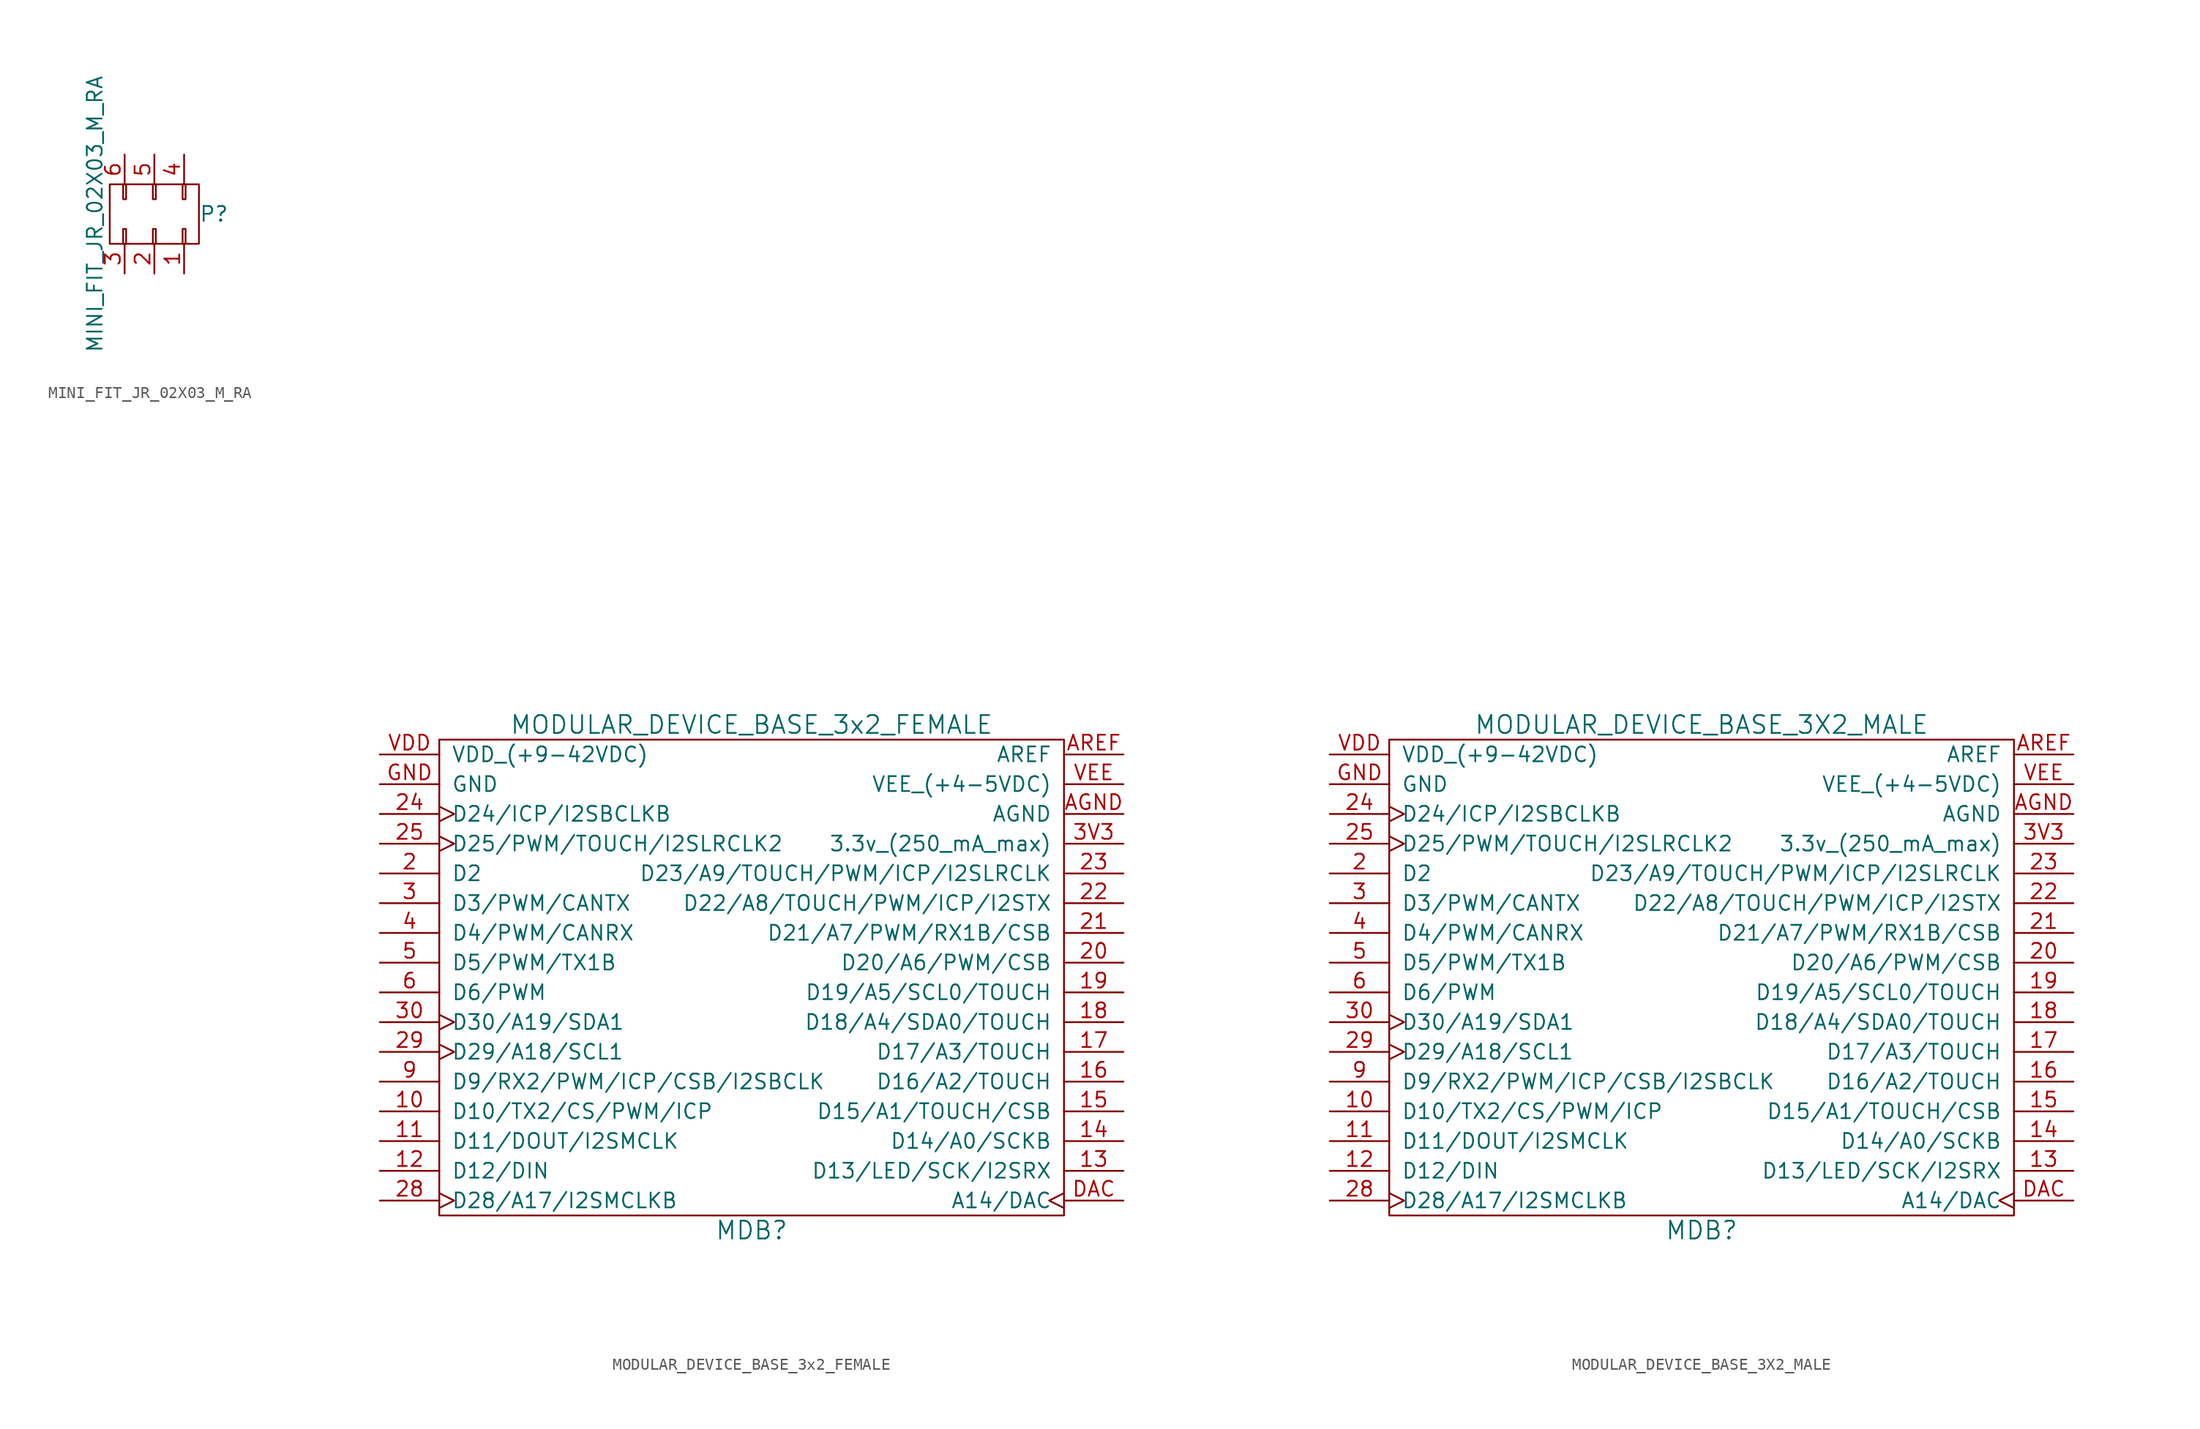
<source format=kicad_sym>
(kicad_symbol_lib
  (version 20211014)
  (generator kicad_symbol_editor)
  (symbol "MINI_FIT_JR_02X03_M_RA"
    (pin_names
      (offset 0.025) hide)
    (property "Reference" "P"
      (at 3.81 0 0)
      (effects (font (size 1.27 1.27)) (justify left)))
    (property "Value" "MINI_FIT_JR_02X03_M_RA"
      (at -5.08 0 90)
      (effects (font (size 1.27 1.27))))
    (symbol "MINI_FIT_JR_02X03_M_RA_0_1"
      (rectangle (start -3.81 -2.54) (end 3.81 2.54) (stroke (width 0) (type default) (color 0 0 0 0)) (fill (type none)))
      (rectangle (start -2.667 -2.54) (end -2.413 -1.27) (stroke (width 0) (type default) (color 0 0 0 0)) (fill (type none)))
      (rectangle (start -2.667 1.27) (end -2.413 2.54) (stroke (width 0) (type default) (color 0 0 0 0)) (fill (type none)))
      (rectangle (start -0.127 -2.54) (end 0.127 -1.27) (stroke (width 0) (type default) (color 0 0 0 0)) (fill (type none)))
      (rectangle (start -0.127 1.27) (end 0.127 2.54) (stroke (width 0) (type default) (color 0 0 0 0)) (fill (type none)))
      (rectangle (start 2.413 -2.54) (end 2.667 -1.27) (stroke (width 0) (type default) (color 0 0 0 0)) (fill (type none)))
      (rectangle (start 2.413 1.27) (end 2.667 2.54) (stroke (width 0) (type default) (color 0 0 0 0)) (fill (type none))))
    (symbol "MINI_FIT_JR_02X03_M_RA_1_1"
      (pin passive line (at 2.54 -5.08 90) (length 2.54) (name "1" (effects (font (size 1.27 1.27)))) (number "1" (effects (font (size 1.27 1.27)))))
      (pin passive line (at 0 -5.08 90) (length 2.54) (name "2" (effects (font (size 1.27 1.27)))) (number "2" (effects (font (size 1.27 1.27)))))
      (pin passive line (at -2.54 -5.08 90) (length 2.54) (name "3" (effects (font (size 1.27 1.27)))) (number "3" (effects (font (size 1.27 1.27)))))
      (pin passive line (at 2.54 5.08 270) (length 2.54) (name "4" (effects (font (size 1.27 1.27)))) (number "4" (effects (font (size 1.27 1.27)))))
      (pin passive line (at 0 5.08 270) (length 2.54) (name "5" (effects (font (size 1.27 1.27)))) (number "5" (effects (font (size 1.27 1.27)))))
      (pin passive line (at -2.54 5.08 270) (length 2.54) (name "6" (effects (font (size 1.27 1.27)))) (number "6" (effects (font (size 1.27 1.27)))))))
  (symbol "MODULAR_DEVICE_BASE_3x2_FEMALE"
    (pin_names
      (offset 1.016))
    (property "Reference" "MDB"
      (at 0 -21.59 0)
      (effects (font (size 1.524 1.524))))
    (property "Value" "MODULAR_DEVICE_BASE_3x2_FEMALE"
      (at 0 21.59 0)
      (effects (font (size 1.524 1.524))))
    (property "Datasheet" ""
      (at 1.27 69.85 0)
      (effects (font (size 1.524 1.524))))
    (symbol "MODULAR_DEVICE_BASE_3x2_FEMALE_0_1"
      (rectangle (start -26.67 20.32) (end 26.67 -20.32) (stroke (width 0) (type default) (color 0 0 0 0)) (fill (type none))))
    (symbol "MODULAR_DEVICE_BASE_3x2_FEMALE_1_1"
      (pin bidirectional line (at -31.75 -11.43 0) (length 5.08) (name "D10/TX2/CS/PWM/ICP" (effects (font (size 1.27 1.27)))) (number "10" (effects (font (size 1.27 1.27)))))
      (pin bidirectional line (at -31.75 -13.97 0) (length 5.08) (name "D11/DOUT/I2SMCLK" (effects (font (size 1.27 1.27)))) (number "11" (effects (font (size 1.27 1.27)))))
      (pin bidirectional line (at -31.75 -16.51 0) (length 5.08) (name "D12/DIN" (effects (font (size 1.27 1.27)))) (number "12" (effects (font (size 1.27 1.27)))))
      (pin bidirectional line (at 31.75 -16.51 180) (length 5.08) (name "D13/LED/SCK/I2SRX" (effects (font (size 1.27 1.27)))) (number "13" (effects (font (size 1.27 1.27)))))
      (pin bidirectional line (at 31.75 -13.97 180) (length 5.08) (name "D14/A0/SCKB" (effects (font (size 1.27 1.27)))) (number "14" (effects (font (size 1.27 1.27)))))
      (pin bidirectional line (at 31.75 -11.43 180) (length 5.08) (name "D15/A1/TOUCH/CSB" (effects (font (size 1.27 1.27)))) (number "15" (effects (font (size 1.27 1.27)))))
      (pin bidirectional line (at 31.75 -8.89 180) (length 5.08) (name "D16/A2/TOUCH" (effects (font (size 1.27 1.27)))) (number "16" (effects (font (size 1.27 1.27)))))
      (pin bidirectional line (at 31.75 -6.35 180) (length 5.08) (name "D17/A3/TOUCH" (effects (font (size 1.27 1.27)))) (number "17" (effects (font (size 1.27 1.27)))))
      (pin bidirectional line (at 31.75 -3.81 180) (length 5.08) (name "D18/A4/SDA0/TOUCH" (effects (font (size 1.27 1.27)))) (number "18" (effects (font (size 1.27 1.27)))))
      (pin bidirectional line (at 31.75 -1.27 180) (length 5.08) (name "D19/A5/SCL0/TOUCH" (effects (font (size 1.27 1.27)))) (number "19" (effects (font (size 1.27 1.27)))))
      (pin bidirectional line (at -31.75 8.89 0) (length 5.08) (name "D2" (effects (font (size 1.27 1.27)))) (number "2" (effects (font (size 1.27 1.27)))))
      (pin bidirectional line (at 31.75 1.27 180) (length 5.08) (name "D20/A6/PWM/CSB" (effects (font (size 1.27 1.27)))) (number "20" (effects (font (size 1.27 1.27)))))
      (pin bidirectional line (at 31.75 3.81 180) (length 5.08) (name "D21/A7/PWM/RX1B/CSB" (effects (font (size 1.27 1.27)))) (number "21" (effects (font (size 1.27 1.27)))))
      (pin bidirectional line (at 31.75 6.35 180) (length 5.08) (name "D22/A8/TOUCH/PWM/ICP/I2STX" (effects (font (size 1.27 1.27)))) (number "22" (effects (font (size 1.27 1.27)))))
      (pin bidirectional line (at 31.75 8.89 180) (length 5.08) (name "D23/A9/TOUCH/PWM/ICP/I2SLRCLK" (effects (font (size 1.27 1.27)))) (number "23" (effects (font (size 1.27 1.27)))))
      (pin bidirectional clock (at -31.75 13.97 0) (length 5.08) (name "D24/ICP/I2SBCLKB" (effects (font (size 1.27 1.27)))) (number "24" (effects (font (size 1.27 1.27)))))
      (pin bidirectional clock (at -31.75 11.43 0) (length 5.08) (name "D25/PWM/TOUCH/I2SLRCLK2" (effects (font (size 1.27 1.27)))) (number "25" (effects (font (size 1.27 1.27)))))
      (pin bidirectional clock (at -31.75 -19.05 0) (length 5.08) (name "D28/A17/I2SMCLKB" (effects (font (size 1.27 1.27)))) (number "28" (effects (font (size 1.27 1.27)))))
      (pin bidirectional clock (at -31.75 -6.35 0) (length 5.08) (name "D29/A18/SCL1" (effects (font (size 1.27 1.27)))) (number "29" (effects (font (size 1.27 1.27)))))
      (pin bidirectional line (at -31.75 6.35 0) (length 5.08) (name "D3/PWM/CANTX" (effects (font (size 1.27 1.27)))) (number "3" (effects (font (size 1.27 1.27)))))
      (pin bidirectional clock (at -31.75 -3.81 0) (length 5.08) (name "D30/A19/SDA1" (effects (font (size 1.27 1.27)))) (number "30" (effects (font (size 1.27 1.27)))))
      (pin passive line (at 31.75 11.43 180) (length 5.08) (name "3.3v_(250_mA_max)" (effects (font (size 1.27 1.27)))) (number "3V3" (effects (font (size 1.27 1.27)))))
      (pin bidirectional line (at -31.75 3.81 0) (length 5.08) (name "D4/PWM/CANRX" (effects (font (size 1.27 1.27)))) (number "4" (effects (font (size 1.27 1.27)))))
      (pin bidirectional line (at -31.75 1.27 0) (length 5.08) (name "D5/PWM/TX1B" (effects (font (size 1.27 1.27)))) (number "5" (effects (font (size 1.27 1.27)))))
      (pin bidirectional line (at -31.75 -1.27 0) (length 5.08) (name "D6/PWM" (effects (font (size 1.27 1.27)))) (number "6" (effects (font (size 1.27 1.27)))))
      (pin bidirectional line (at -31.75 -8.89 0) (length 5.08) (name "D9/RX2/PWM/ICP/CSB/I2SBCLK" (effects (font (size 1.27 1.27)))) (number "9" (effects (font (size 1.27 1.27)))))
      (pin passive line (at 31.75 13.97 180) (length 5.08) (name "AGND" (effects (font (size 1.27 1.27)))) (number "AGND" (effects (font (size 1.27 1.27)))))
      (pin passive line (at 31.75 19.05 180) (length 5.08) (name "AREF" (effects (font (size 1.27 1.27)))) (number "AREF" (effects (font (size 1.27 1.27)))))
      (pin bidirectional clock (at 31.75 -19.05 180) (length 5.08) (name "A14/DAC" (effects (font (size 1.27 1.27)))) (number "DAC" (effects (font (size 1.27 1.27)))))
      (pin passive line (at -31.75 16.51 0) (length 5.08) (name "GND" (effects (font (size 1.27 1.27)))) (number "GND" (effects (font (size 1.27 1.27)))))
      (pin passive line (at -31.75 19.05 0) (length 5.08) (name "VDD_(+9-42VDC)" (effects (font (size 1.27 1.27)))) (number "VDD" (effects (font (size 1.27 1.27)))))
      (pin passive line (at 31.75 16.51 180) (length 5.08) (name "VEE_(+4-5VDC)" (effects (font (size 1.27 1.27)))) (number "VEE" (effects (font (size 1.27 1.27)))))))
  (symbol "MODULAR_DEVICE_BASE_3X2_MALE"
    (pin_names
      (offset 1.016))
    (property "Reference" "MDB"
      (at 0 -21.59 0)
      (effects (font (size 1.524 1.524))))
    (property "Value" "MODULAR_DEVICE_BASE_3X2_MALE"
      (at 0 21.59 0)
      (effects (font (size 1.524 1.524))))
    (property "Datasheet" ""
      (at 1.27 69.85 0)
      (effects (font (size 1.524 1.524))))
    (symbol "MODULAR_DEVICE_BASE_3X2_MALE_0_1"
      (rectangle (start -26.67 20.32) (end 26.67 -20.32) (stroke (width 0) (type default) (color 0 0 0 0)) (fill (type none))))
    (symbol "MODULAR_DEVICE_BASE_3X2_MALE_1_1"
      (pin bidirectional line (at -31.75 -11.43 0) (length 5.08) (name "D10/TX2/CS/PWM/ICP" (effects (font (size 1.27 1.27)))) (number "10" (effects (font (size 1.27 1.27)))))
      (pin bidirectional line (at -31.75 -13.97 0) (length 5.08) (name "D11/DOUT/I2SMCLK" (effects (font (size 1.27 1.27)))) (number "11" (effects (font (size 1.27 1.27)))))
      (pin bidirectional line (at -31.75 -16.51 0) (length 5.08) (name "D12/DIN" (effects (font (size 1.27 1.27)))) (number "12" (effects (font (size 1.27 1.27)))))
      (pin bidirectional line (at 31.75 -16.51 180) (length 5.08) (name "D13/LED/SCK/I2SRX" (effects (font (size 1.27 1.27)))) (number "13" (effects (font (size 1.27 1.27)))))
      (pin bidirectional line (at 31.75 -13.97 180) (length 5.08) (name "D14/A0/SCKB" (effects (font (size 1.27 1.27)))) (number "14" (effects (font (size 1.27 1.27)))))
      (pin bidirectional line (at 31.75 -11.43 180) (length 5.08) (name "D15/A1/TOUCH/CSB" (effects (font (size 1.27 1.27)))) (number "15" (effects (font (size 1.27 1.27)))))
      (pin bidirectional line (at 31.75 -8.89 180) (length 5.08) (name "D16/A2/TOUCH" (effects (font (size 1.27 1.27)))) (number "16" (effects (font (size 1.27 1.27)))))
      (pin bidirectional line (at 31.75 -6.35 180) (length 5.08) (name "D17/A3/TOUCH" (effects (font (size 1.27 1.27)))) (number "17" (effects (font (size 1.27 1.27)))))
      (pin bidirectional line (at 31.75 -3.81 180) (length 5.08) (name "D18/A4/SDA0/TOUCH" (effects (font (size 1.27 1.27)))) (number "18" (effects (font (size 1.27 1.27)))))
      (pin bidirectional line (at 31.75 -1.27 180) (length 5.08) (name "D19/A5/SCL0/TOUCH" (effects (font (size 1.27 1.27)))) (number "19" (effects (font (size 1.27 1.27)))))
      (pin bidirectional line (at -31.75 8.89 0) (length 5.08) (name "D2" (effects (font (size 1.27 1.27)))) (number "2" (effects (font (size 1.27 1.27)))))
      (pin bidirectional line (at 31.75 1.27 180) (length 5.08) (name "D20/A6/PWM/CSB" (effects (font (size 1.27 1.27)))) (number "20" (effects (font (size 1.27 1.27)))))
      (pin bidirectional line (at 31.75 3.81 180) (length 5.08) (name "D21/A7/PWM/RX1B/CSB" (effects (font (size 1.27 1.27)))) (number "21" (effects (font (size 1.27 1.27)))))
      (pin bidirectional line (at 31.75 6.35 180) (length 5.08) (name "D22/A8/TOUCH/PWM/ICP/I2STX" (effects (font (size 1.27 1.27)))) (number "22" (effects (font (size 1.27 1.27)))))
      (pin bidirectional line (at 31.75 8.89 180) (length 5.08) (name "D23/A9/TOUCH/PWM/ICP/I2SLRCLK" (effects (font (size 1.27 1.27)))) (number "23" (effects (font (size 1.27 1.27)))))
      (pin bidirectional clock (at -31.75 13.97 0) (length 5.08) (name "D24/ICP/I2SBCLKB" (effects (font (size 1.27 1.27)))) (number "24" (effects (font (size 1.27 1.27)))))
      (pin bidirectional clock (at -31.75 11.43 0) (length 5.08) (name "D25/PWM/TOUCH/I2SLRCLK2" (effects (font (size 1.27 1.27)))) (number "25" (effects (font (size 1.27 1.27)))))
      (pin bidirectional clock (at -31.75 -19.05 0) (length 5.08) (name "D28/A17/I2SMCLKB" (effects (font (size 1.27 1.27)))) (number "28" (effects (font (size 1.27 1.27)))))
      (pin bidirectional clock (at -31.75 -6.35 0) (length 5.08) (name "D29/A18/SCL1" (effects (font (size 1.27 1.27)))) (number "29" (effects (font (size 1.27 1.27)))))
      (pin bidirectional line (at -31.75 6.35 0) (length 5.08) (name "D3/PWM/CANTX" (effects (font (size 1.27 1.27)))) (number "3" (effects (font (size 1.27 1.27)))))
      (pin bidirectional clock (at -31.75 -3.81 0) (length 5.08) (name "D30/A19/SDA1" (effects (font (size 1.27 1.27)))) (number "30" (effects (font (size 1.27 1.27)))))
      (pin passive line (at 31.75 11.43 180) (length 5.08) (name "3.3v_(250_mA_max)" (effects (font (size 1.27 1.27)))) (number "3V3" (effects (font (size 1.27 1.27)))))
      (pin bidirectional line (at -31.75 3.81 0) (length 5.08) (name "D4/PWM/CANRX" (effects (font (size 1.27 1.27)))) (number "4" (effects (font (size 1.27 1.27)))))
      (pin bidirectional line (at -31.75 1.27 0) (length 5.08) (name "D5/PWM/TX1B" (effects (font (size 1.27 1.27)))) (number "5" (effects (font (size 1.27 1.27)))))
      (pin bidirectional line (at -31.75 -1.27 0) (length 5.08) (name "D6/PWM" (effects (font (size 1.27 1.27)))) (number "6" (effects (font (size 1.27 1.27)))))
      (pin bidirectional line (at -31.75 -8.89 0) (length 5.08) (name "D9/RX2/PWM/ICP/CSB/I2SBCLK" (effects (font (size 1.27 1.27)))) (number "9" (effects (font (size 1.27 1.27)))))
      (pin passive line (at 31.75 13.97 180) (length 5.08) (name "AGND" (effects (font (size 1.27 1.27)))) (number "AGND" (effects (font (size 1.27 1.27)))))
      (pin passive line (at 31.75 19.05 180) (length 5.08) (name "AREF" (effects (font (size 1.27 1.27)))) (number "AREF" (effects (font (size 1.27 1.27)))))
      (pin bidirectional clock (at 31.75 -19.05 180) (length 5.08) (name "A14/DAC" (effects (font (size 1.27 1.27)))) (number "DAC" (effects (font (size 1.27 1.27)))))
      (pin passive line (at -31.75 16.51 0) (length 5.08) (name "GND" (effects (font (size 1.27 1.27)))) (number "GND" (effects (font (size 1.27 1.27)))))
      (pin passive line (at -31.75 19.05 0) (length 5.08) (name "VDD_(+9-42VDC)" (effects (font (size 1.27 1.27)))) (number "VDD" (effects (font (size 1.27 1.27)))))
      (pin passive line (at 31.75 16.51 180) (length 5.08) (name "VEE_(+4-5VDC)" (effects (font (size 1.27 1.27)))) (number "VEE" (effects (font (size 1.27 1.27))))))))
</source>
